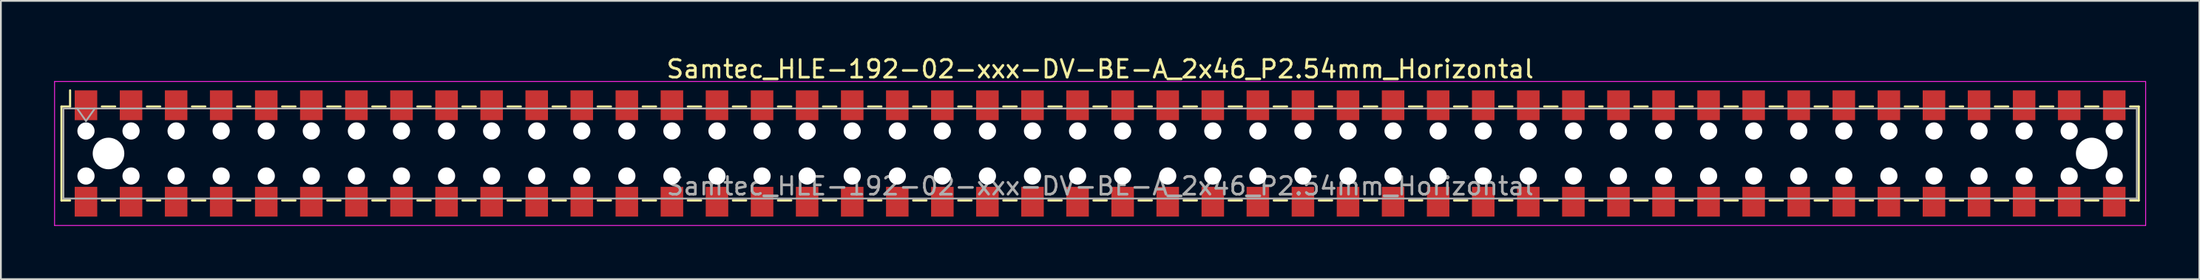
<source format=kicad_pcb>
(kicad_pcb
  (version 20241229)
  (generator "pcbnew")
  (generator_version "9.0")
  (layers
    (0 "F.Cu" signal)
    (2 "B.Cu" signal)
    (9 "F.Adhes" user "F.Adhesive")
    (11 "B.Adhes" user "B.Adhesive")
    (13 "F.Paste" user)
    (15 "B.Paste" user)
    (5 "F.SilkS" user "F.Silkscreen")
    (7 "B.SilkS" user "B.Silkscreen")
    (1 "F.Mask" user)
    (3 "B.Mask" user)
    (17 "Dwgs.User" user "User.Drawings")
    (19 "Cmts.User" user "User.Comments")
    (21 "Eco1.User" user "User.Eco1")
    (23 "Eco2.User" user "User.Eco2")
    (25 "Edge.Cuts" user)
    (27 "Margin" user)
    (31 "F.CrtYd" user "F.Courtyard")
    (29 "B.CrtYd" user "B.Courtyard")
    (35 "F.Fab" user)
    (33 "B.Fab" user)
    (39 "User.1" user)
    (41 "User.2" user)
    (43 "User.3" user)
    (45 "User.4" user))
  (footprint "Samtec_HLE-192-02-xxx-DV-BE-A_2x46_P2.54mm_Horizontal"
    (layer "F.Cu")
    (at 58.945 5.608)
    (property "Reference" "Samtec_HLE-192-02-xxx-DV-BE-A_2x46_P2.54mm_Horizontal" (at 0 -4.76 0) (layer "F.SilkS") (effects (font (size 1 1) (thickness 0.15))))
    (attr smd)
    (fp_line (start -58.53 -2.65) (end -58.53 2.65) (stroke (width 0.12) (type solid)) (layer "F.SilkS"))
    (fp_line (start -58.53 2.65) (end -58.045 2.65) (stroke (width 0.12) (type solid)) (layer "F.SilkS"))
    (fp_line (start -58.045 -3.56) (end -58.045 -2.65) (stroke (width 0.12) (type solid)) (layer "F.SilkS"))
    (fp_line (start -58.045 -2.65) (end -58.53 -2.65) (stroke (width 0.12) (type solid)) (layer "F.SilkS"))
    (fp_line (start -56.255 -2.65) (end -55.505 -2.65) (stroke (width 0.12) (type solid)) (layer "F.SilkS"))
    (fp_line (start -56.255 2.65) (end -55.505 2.65) (stroke (width 0.12) (type solid)) (layer "F.SilkS"))
    (fp_line (start -53.715 -2.65) (end -52.965 -2.65) (stroke (width 0.12) (type solid)) (layer "F.SilkS"))
    (fp_line (start -53.715 2.65) (end -52.965 2.65) (stroke (width 0.12) (type solid)) (layer "F.SilkS"))
    (fp_line (start -51.175 -2.65) (end -50.425 -2.65) (stroke (width 0.12) (type solid)) (layer "F.SilkS"))
    (fp_line (start -51.175 2.65) (end -50.425 2.65) (stroke (width 0.12) (type solid)) (layer "F.SilkS"))
    (fp_line (start -48.635 -2.65) (end -47.885 -2.65) (stroke (width 0.12) (type solid)) (layer "F.SilkS"))
    (fp_line (start -48.635 2.65) (end -47.885 2.65) (stroke (width 0.12) (type solid)) (layer "F.SilkS"))
    (fp_line (start -46.095 -2.65) (end -45.345 -2.65) (stroke (width 0.12) (type solid)) (layer "F.SilkS"))
    (fp_line (start -46.095 2.65) (end -45.345 2.65) (stroke (width 0.12) (type solid)) (layer "F.SilkS"))
    (fp_line (start -43.555 -2.65) (end -42.805 -2.65) (stroke (width 0.12) (type solid)) (layer "F.SilkS"))
    (fp_line (start -43.555 2.65) (end -42.805 2.65) (stroke (width 0.12) (type solid)) (layer "F.SilkS"))
    (fp_line (start -41.015 -2.65) (end -40.265 -2.65) (stroke (width 0.12) (type solid)) (layer "F.SilkS"))
    (fp_line (start -41.015 2.65) (end -40.265 2.65) (stroke (width 0.12) (type solid)) (layer "F.SilkS"))
    (fp_line (start -38.475 -2.65) (end -37.725 -2.65) (stroke (width 0.12) (type solid)) (layer "F.SilkS"))
    (fp_line (start -38.475 2.65) (end -37.725 2.65) (stroke (width 0.12) (type solid)) (layer "F.SilkS"))
    (fp_line (start -35.935 -2.65) (end -35.185 -2.65) (stroke (width 0.12) (type solid)) (layer "F.SilkS"))
    (fp_line (start -35.935 2.65) (end -35.185 2.65) (stroke (width 0.12) (type solid)) (layer "F.SilkS"))
    (fp_line (start -33.395 -2.65) (end -32.645 -2.65) (stroke (width 0.12) (type solid)) (layer "F.SilkS"))
    (fp_line (start -33.395 2.65) (end -32.645 2.65) (stroke (width 0.12) (type solid)) (layer "F.SilkS"))
    (fp_line (start -30.855 -2.65) (end -30.105 -2.65) (stroke (width 0.12) (type solid)) (layer "F.SilkS"))
    (fp_line (start -30.855 2.65) (end -30.105 2.65) (stroke (width 0.12) (type solid)) (layer "F.SilkS"))
    (fp_line (start -28.315 -2.65) (end -27.565 -2.65) (stroke (width 0.12) (type solid)) (layer "F.SilkS"))
    (fp_line (start -28.315 2.65) (end -27.565 2.65) (stroke (width 0.12) (type solid)) (layer "F.SilkS"))
    (fp_line (start -25.775 -2.65) (end -25.025 -2.65) (stroke (width 0.12) (type solid)) (layer "F.SilkS"))
    (fp_line (start -25.775 2.65) (end -25.025 2.65) (stroke (width 0.12) (type solid)) (layer "F.SilkS"))
    (fp_line (start -23.235 -2.65) (end -22.485 -2.65) (stroke (width 0.12) (type solid)) (layer "F.SilkS"))
    (fp_line (start -23.235 2.65) (end -22.485 2.65) (stroke (width 0.12) (type solid)) (layer "F.SilkS"))
    (fp_line (start -20.695 -2.65) (end -19.945 -2.65) (stroke (width 0.12) (type solid)) (layer "F.SilkS"))
    (fp_line (start -20.695 2.65) (end -19.945 2.65) (stroke (width 0.12) (type solid)) (layer "F.SilkS"))
    (fp_line (start -18.155 -2.65) (end -17.405 -2.65) (stroke (width 0.12) (type solid)) (layer "F.SilkS"))
    (fp_line (start -18.155 2.65) (end -17.405 2.65) (stroke (width 0.12) (type solid)) (layer "F.SilkS"))
    (fp_line (start -15.615 -2.65) (end -14.865 -2.65) (stroke (width 0.12) (type solid)) (layer "F.SilkS"))
    (fp_line (start -15.615 2.65) (end -14.865 2.65) (stroke (width 0.12) (type solid)) (layer "F.SilkS"))
    (fp_line (start -13.075 -2.65) (end -12.325 -2.65) (stroke (width 0.12) (type solid)) (layer "F.SilkS"))
    (fp_line (start -13.075 2.65) (end -12.325 2.65) (stroke (width 0.12) (type solid)) (layer "F.SilkS"))
    (fp_line (start -10.535 -2.65) (end -9.785 -2.65) (stroke (width 0.12) (type solid)) (layer "F.SilkS"))
    (fp_line (start -10.535 2.65) (end -9.785 2.65) (stroke (width 0.12) (type solid)) (layer "F.SilkS"))
    (fp_line (start -7.995 -2.65) (end -7.245 -2.65) (stroke (width 0.12) (type solid)) (layer "F.SilkS"))
    (fp_line (start -7.995 2.65) (end -7.245 2.65) (stroke (width 0.12) (type solid)) (layer "F.SilkS"))
    (fp_line (start -5.455 -2.65) (end -4.705 -2.65) (stroke (width 0.12) (type solid)) (layer "F.SilkS"))
    (fp_line (start -5.455 2.65) (end -4.705 2.65) (stroke (width 0.12) (type solid)) (layer "F.SilkS"))
    (fp_line (start -2.915 -2.65) (end -2.165 -2.65) (stroke (width 0.12) (type solid)) (layer "F.SilkS"))
    (fp_line (start -2.915 2.65) (end -2.165 2.65) (stroke (width 0.12) (type solid)) (layer "F.SilkS"))
    (fp_line (start -0.375 -2.65) (end 0.375 -2.65) (stroke (width 0.12) (type solid)) (layer "F.SilkS"))
    (fp_line (start -0.375 2.65) (end 0.375 2.65) (stroke (width 0.12) (type solid)) (layer "F.SilkS"))
    (fp_line (start 2.165 -2.65) (end 2.915 -2.65) (stroke (width 0.12) (type solid)) (layer "F.SilkS"))
    (fp_line (start 2.165 2.65) (end 2.915 2.65) (stroke (width 0.12) (type solid)) (layer "F.SilkS"))
    (fp_line (start 4.705 -2.65) (end 5.455 -2.65) (stroke (width 0.12) (type solid)) (layer "F.SilkS"))
    (fp_line (start 4.705 2.65) (end 5.455 2.65) (stroke (width 0.12) (type solid)) (layer "F.SilkS"))
    (fp_line (start 7.245 -2.65) (end 7.995 -2.65) (stroke (width 0.12) (type solid)) (layer "F.SilkS"))
    (fp_line (start 7.245 2.65) (end 7.995 2.65) (stroke (width 0.12) (type solid)) (layer "F.SilkS"))
    (fp_line (start 9.785 -2.65) (end 10.535 -2.65) (stroke (width 0.12) (type solid)) (layer "F.SilkS"))
    (fp_line (start 9.785 2.65) (end 10.535 2.65) (stroke (width 0.12) (type solid)) (layer "F.SilkS"))
    (fp_line (start 12.325 -2.65) (end 13.075 -2.65) (stroke (width 0.12) (type solid)) (layer "F.SilkS"))
    (fp_line (start 12.325 2.65) (end 13.075 2.65) (stroke (width 0.12) (type solid)) (layer "F.SilkS"))
    (fp_line (start 14.865 -2.65) (end 15.615 -2.65) (stroke (width 0.12) (type solid)) (layer "F.SilkS"))
    (fp_line (start 14.865 2.65) (end 15.615 2.65) (stroke (width 0.12) (type solid)) (layer "F.SilkS"))
    (fp_line (start 17.405 -2.65) (end 18.155 -2.65) (stroke (width 0.12) (type solid)) (layer "F.SilkS"))
    (fp_line (start 17.405 2.65) (end 18.155 2.65) (stroke (width 0.12) (type solid)) (layer "F.SilkS"))
    (fp_line (start 19.945 -2.65) (end 20.695 -2.65) (stroke (width 0.12) (type solid)) (layer "F.SilkS"))
    (fp_line (start 19.945 2.65) (end 20.695 2.65) (stroke (width 0.12) (type solid)) (layer "F.SilkS"))
    (fp_line (start 22.485 -2.65) (end 23.235 -2.65) (stroke (width 0.12) (type solid)) (layer "F.SilkS"))
    (fp_line (start 22.485 2.65) (end 23.235 2.65) (stroke (width 0.12) (type solid)) (layer "F.SilkS"))
    (fp_line (start 25.025 -2.65) (end 25.775 -2.65) (stroke (width 0.12) (type solid)) (layer "F.SilkS"))
    (fp_line (start 25.025 2.65) (end 25.775 2.65) (stroke (width 0.12) (type solid)) (layer "F.SilkS"))
    (fp_line (start 27.565 -2.65) (end 28.315 -2.65) (stroke (width 0.12) (type solid)) (layer "F.SilkS"))
    (fp_line (start 27.565 2.65) (end 28.315 2.65) (stroke (width 0.12) (type solid)) (layer "F.SilkS"))
    (fp_line (start 30.105 -2.65) (end 30.855 -2.65) (stroke (width 0.12) (type solid)) (layer "F.SilkS"))
    (fp_line (start 30.105 2.65) (end 30.855 2.65) (stroke (width 0.12) (type solid)) (layer "F.SilkS"))
    (fp_line (start 32.645 -2.65) (end 33.395 -2.65) (stroke (width 0.12) (type solid)) (layer "F.SilkS"))
    (fp_line (start 32.645 2.65) (end 33.395 2.65) (stroke (width 0.12) (type solid)) (layer "F.SilkS"))
    (fp_line (start 35.185 -2.65) (end 35.935 -2.65) (stroke (width 0.12) (type solid)) (layer "F.SilkS"))
    (fp_line (start 35.185 2.65) (end 35.935 2.65) (stroke (width 0.12) (type solid)) (layer "F.SilkS"))
    (fp_line (start 37.725 -2.65) (end 38.475 -2.65) (stroke (width 0.12) (type solid)) (layer "F.SilkS"))
    (fp_line (start 37.725 2.65) (end 38.475 2.65) (stroke (width 0.12) (type solid)) (layer "F.SilkS"))
    (fp_line (start 40.265 -2.65) (end 41.015 -2.65) (stroke (width 0.12) (type solid)) (layer "F.SilkS"))
    (fp_line (start 40.265 2.65) (end 41.015 2.65) (stroke (width 0.12) (type solid)) (layer "F.SilkS"))
    (fp_line (start 42.805 -2.65) (end 43.555 -2.65) (stroke (width 0.12) (type solid)) (layer "F.SilkS"))
    (fp_line (start 42.805 2.65) (end 43.555 2.65) (stroke (width 0.12) (type solid)) (layer "F.SilkS"))
    (fp_line (start 45.345 -2.65) (end 46.095 -2.65) (stroke (width 0.12) (type solid)) (layer "F.SilkS"))
    (fp_line (start 45.345 2.65) (end 46.095 2.65) (stroke (width 0.12) (type solid)) (layer "F.SilkS"))
    (fp_line (start 47.885 -2.65) (end 48.635 -2.65) (stroke (width 0.12) (type solid)) (layer "F.SilkS"))
    (fp_line (start 47.885 2.65) (end 48.635 2.65) (stroke (width 0.12) (type solid)) (layer "F.SilkS"))
    (fp_line (start 50.425 -2.65) (end 51.175 -2.65) (stroke (width 0.12) (type solid)) (layer "F.SilkS"))
    (fp_line (start 50.425 2.65) (end 51.175 2.65) (stroke (width 0.12) (type solid)) (layer "F.SilkS"))
    (fp_line (start 52.965 -2.65) (end 53.715 -2.65) (stroke (width 0.12) (type solid)) (layer "F.SilkS"))
    (fp_line (start 52.965 2.65) (end 53.715 2.65) (stroke (width 0.12) (type solid)) (layer "F.SilkS"))
    (fp_line (start 55.505 -2.65) (end 56.255 -2.65) (stroke (width 0.12) (type solid)) (layer "F.SilkS"))
    (fp_line (start 55.505 2.65) (end 56.255 2.65) (stroke (width 0.12) (type solid)) (layer "F.SilkS"))
    (fp_line (start 58.045 -2.65) (end 58.53 -2.65) (stroke (width 0.12) (type solid)) (layer "F.SilkS"))
    (fp_line (start 58.53 -2.65) (end 58.53 2.65) (stroke (width 0.12) (type solid)) (layer "F.SilkS"))
    (fp_line (start 58.53 2.65) (end 58.045 2.65) (stroke (width 0.12) (type solid)) (layer "F.SilkS"))
    (fp_line (start -58.92 -4.06) (end 58.92 -4.06) (stroke (width 0.05) (type solid)) (layer "F.CrtYd"))
    (fp_line (start -58.92 4.06) (end -58.92 -4.06) (stroke (width 0.05) (type solid)) (layer "F.CrtYd"))
    (fp_line (start 58.92 -4.06) (end 58.92 4.06) (stroke (width 0.05) (type solid)) (layer "F.CrtYd"))
    (fp_line (start 58.92 4.06) (end -58.92 4.06) (stroke (width 0.05) (type solid)) (layer "F.CrtYd"))
    (fp_line (start -58.42 -2.54) (end 58.42 -2.54) (stroke (width 0.1) (type solid)) (layer "F.Fab"))
    (fp_line (start -58.42 2.54) (end -58.42 -2.54) (stroke (width 0.1) (type solid)) (layer "F.Fab"))
    (fp_line (start -57.65 -2.54) (end -57.15 -1.833) (stroke (width 0.1) (type solid)) (layer "F.Fab"))
    (fp_line (start -57.15 -1.833) (end -56.65 -2.54) (stroke (width 0.1) (type solid)) (layer "F.Fab"))
    (fp_line (start 58.42 -2.54) (end 58.42 2.54) (stroke (width 0.1) (type solid)) (layer "F.Fab"))
    (fp_line (start 58.42 2.54) (end -58.42 2.54) (stroke (width 0.1) (type solid)) (layer "F.Fab"))
    (fp_text user "${REFERENCE}" (at 0 1.84 0) (layer "F.Fab") (effects (font (size 1 1) (thickness 0.15))))
    (pad "" np_thru_hole circle (at -57.15 -1.27) (size 0.97 0.97) (drill 0.97) (layers "*.Cu" "*.Mask"))
    (pad "" np_thru_hole circle (at -57.15 1.27) (size 0.97 0.97) (drill 0.97) (layers "*.Cu" "*.Mask"))
    (pad "" np_thru_hole circle (at -55.88 0) (size 1.78 1.78) (drill 1.78) (layers "*.Cu" "*.Mask"))
    (pad "" np_thru_hole circle (at -54.61 -1.27) (size 0.97 0.97) (drill 0.97) (layers "*.Cu" "*.Mask"))
    (pad "" np_thru_hole circle (at -54.61 1.27) (size 0.97 0.97) (drill 0.97) (layers "*.Cu" "*.Mask"))
    (pad "" np_thru_hole circle (at -52.07 -1.27) (size 0.97 0.97) (drill 0.97) (layers "*.Cu" "*.Mask"))
    (pad "" np_thru_hole circle (at -52.07 1.27) (size 0.97 0.97) (drill 0.97) (layers "*.Cu" "*.Mask"))
    (pad "" np_thru_hole circle (at -49.53 -1.27) (size 0.97 0.97) (drill 0.97) (layers "*.Cu" "*.Mask"))
    (pad "" np_thru_hole circle (at -49.53 1.27) (size 0.97 0.97) (drill 0.97) (layers "*.Cu" "*.Mask"))
    (pad "" np_thru_hole circle (at -46.99 -1.27) (size 0.97 0.97) (drill 0.97) (layers "*.Cu" "*.Mask"))
    (pad "" np_thru_hole circle (at -46.99 1.27) (size 0.97 0.97) (drill 0.97) (layers "*.Cu" "*.Mask"))
    (pad "" np_thru_hole circle (at -44.45 -1.27) (size 0.97 0.97) (drill 0.97) (layers "*.Cu" "*.Mask"))
    (pad "" np_thru_hole circle (at -44.45 1.27) (size 0.97 0.97) (drill 0.97) (layers "*.Cu" "*.Mask"))
    (pad "" np_thru_hole circle (at -41.91 -1.27) (size 0.97 0.97) (drill 0.97) (layers "*.Cu" "*.Mask"))
    (pad "" np_thru_hole circle (at -41.91 1.27) (size 0.97 0.97) (drill 0.97) (layers "*.Cu" "*.Mask"))
    (pad "" np_thru_hole circle (at -39.37 -1.27) (size 0.97 0.97) (drill 0.97) (layers "*.Cu" "*.Mask"))
    (pad "" np_thru_hole circle (at -39.37 1.27) (size 0.97 0.97) (drill 0.97) (layers "*.Cu" "*.Mask"))
    (pad "" np_thru_hole circle (at -36.83 -1.27) (size 0.97 0.97) (drill 0.97) (layers "*.Cu" "*.Mask"))
    (pad "" np_thru_hole circle (at -36.83 1.27) (size 0.97 0.97) (drill 0.97) (layers "*.Cu" "*.Mask"))
    (pad "" np_thru_hole circle (at -34.29 -1.27) (size 0.97 0.97) (drill 0.97) (layers "*.Cu" "*.Mask"))
    (pad "" np_thru_hole circle (at -34.29 1.27) (size 0.97 0.97) (drill 0.97) (layers "*.Cu" "*.Mask"))
    (pad "" np_thru_hole circle (at -31.75 -1.27) (size 0.97 0.97) (drill 0.97) (layers "*.Cu" "*.Mask"))
    (pad "" np_thru_hole circle (at -31.75 1.27) (size 0.97 0.97) (drill 0.97) (layers "*.Cu" "*.Mask"))
    (pad "" np_thru_hole circle (at -29.21 -1.27) (size 0.97 0.97) (drill 0.97) (layers "*.Cu" "*.Mask"))
    (pad "" np_thru_hole circle (at -29.21 1.27) (size 0.97 0.97) (drill 0.97) (layers "*.Cu" "*.Mask"))
    (pad "" np_thru_hole circle (at -26.67 -1.27) (size 0.97 0.97) (drill 0.97) (layers "*.Cu" "*.Mask"))
    (pad "" np_thru_hole circle (at -26.67 1.27) (size 0.97 0.97) (drill 0.97) (layers "*.Cu" "*.Mask"))
    (pad "" np_thru_hole circle (at -24.13 -1.27) (size 0.97 0.97) (drill 0.97) (layers "*.Cu" "*.Mask"))
    (pad "" np_thru_hole circle (at -24.13 1.27) (size 0.97 0.97) (drill 0.97) (layers "*.Cu" "*.Mask"))
    (pad "" np_thru_hole circle (at -21.59 -1.27) (size 0.97 0.97) (drill 0.97) (layers "*.Cu" "*.Mask"))
    (pad "" np_thru_hole circle (at -21.59 1.27) (size 0.97 0.97) (drill 0.97) (layers "*.Cu" "*.Mask"))
    (pad "" np_thru_hole circle (at -19.05 -1.27) (size 0.97 0.97) (drill 0.97) (layers "*.Cu" "*.Mask"))
    (pad "" np_thru_hole circle (at -19.05 1.27) (size 0.97 0.97) (drill 0.97) (layers "*.Cu" "*.Mask"))
    (pad "" np_thru_hole circle (at -16.51 -1.27) (size 0.97 0.97) (drill 0.97) (layers "*.Cu" "*.Mask"))
    (pad "" np_thru_hole circle (at -16.51 1.27) (size 0.97 0.97) (drill 0.97) (layers "*.Cu" "*.Mask"))
    (pad "" np_thru_hole circle (at -13.97 -1.27) (size 0.97 0.97) (drill 0.97) (layers "*.Cu" "*.Mask"))
    (pad "" np_thru_hole circle (at -13.97 1.27) (size 0.97 0.97) (drill 0.97) (layers "*.Cu" "*.Mask"))
    (pad "" np_thru_hole circle (at -11.43 -1.27) (size 0.97 0.97) (drill 0.97) (layers "*.Cu" "*.Mask"))
    (pad "" np_thru_hole circle (at -11.43 1.27) (size 0.97 0.97) (drill 0.97) (layers "*.Cu" "*.Mask"))
    (pad "" np_thru_hole circle (at -8.89 -1.27) (size 0.97 0.97) (drill 0.97) (layers "*.Cu" "*.Mask"))
    (pad "" np_thru_hole circle (at -8.89 1.27) (size 0.97 0.97) (drill 0.97) (layers "*.Cu" "*.Mask"))
    (pad "" np_thru_hole circle (at -6.35 -1.27) (size 0.97 0.97) (drill 0.97) (layers "*.Cu" "*.Mask"))
    (pad "" np_thru_hole circle (at -6.35 1.27) (size 0.97 0.97) (drill 0.97) (layers "*.Cu" "*.Mask"))
    (pad "" np_thru_hole circle (at -3.81 -1.27) (size 0.97 0.97) (drill 0.97) (layers "*.Cu" "*.Mask"))
    (pad "" np_thru_hole circle (at -3.81 1.27) (size 0.97 0.97) (drill 0.97) (layers "*.Cu" "*.Mask"))
    (pad "" np_thru_hole circle (at -1.27 -1.27) (size 0.97 0.97) (drill 0.97) (layers "*.Cu" "*.Mask"))
    (pad "" np_thru_hole circle (at -1.27 1.27) (size 0.97 0.97) (drill 0.97) (layers "*.Cu" "*.Mask"))
    (pad "" np_thru_hole circle (at 1.27 -1.27) (size 0.97 0.97) (drill 0.97) (layers "*.Cu" "*.Mask"))
    (pad "" np_thru_hole circle (at 1.27 1.27) (size 0.97 0.97) (drill 0.97) (layers "*.Cu" "*.Mask"))
    (pad "" np_thru_hole circle (at 3.81 -1.27) (size 0.97 0.97) (drill 0.97) (layers "*.Cu" "*.Mask"))
    (pad "" np_thru_hole circle (at 3.81 1.27) (size 0.97 0.97) (drill 0.97) (layers "*.Cu" "*.Mask"))
    (pad "" np_thru_hole circle (at 6.35 -1.27) (size 0.97 0.97) (drill 0.97) (layers "*.Cu" "*.Mask"))
    (pad "" np_thru_hole circle (at 6.35 1.27) (size 0.97 0.97) (drill 0.97) (layers "*.Cu" "*.Mask"))
    (pad "" np_thru_hole circle (at 8.89 -1.27) (size 0.97 0.97) (drill 0.97) (layers "*.Cu" "*.Mask"))
    (pad "" np_thru_hole circle (at 8.89 1.27) (size 0.97 0.97) (drill 0.97) (layers "*.Cu" "*.Mask"))
    (pad "" np_thru_hole circle (at 11.43 -1.27) (size 0.97 0.97) (drill 0.97) (layers "*.Cu" "*.Mask"))
    (pad "" np_thru_hole circle (at 11.43 1.27) (size 0.97 0.97) (drill 0.97) (layers "*.Cu" "*.Mask"))
    (pad "" np_thru_hole circle (at 13.97 -1.27) (size 0.97 0.97) (drill 0.97) (layers "*.Cu" "*.Mask"))
    (pad "" np_thru_hole circle (at 13.97 1.27) (size 0.97 0.97) (drill 0.97) (layers "*.Cu" "*.Mask"))
    (pad "" np_thru_hole circle (at 16.51 -1.27) (size 0.97 0.97) (drill 0.97) (layers "*.Cu" "*.Mask"))
    (pad "" np_thru_hole circle (at 16.51 1.27) (size 0.97 0.97) (drill 0.97) (layers "*.Cu" "*.Mask"))
    (pad "" np_thru_hole circle (at 19.05 -1.27) (size 0.97 0.97) (drill 0.97) (layers "*.Cu" "*.Mask"))
    (pad "" np_thru_hole circle (at 19.05 1.27) (size 0.97 0.97) (drill 0.97) (layers "*.Cu" "*.Mask"))
    (pad "" np_thru_hole circle (at 21.59 -1.27) (size 0.97 0.97) (drill 0.97) (layers "*.Cu" "*.Mask"))
    (pad "" np_thru_hole circle (at 21.59 1.27) (size 0.97 0.97) (drill 0.97) (layers "*.Cu" "*.Mask"))
    (pad "" np_thru_hole circle (at 24.13 -1.27) (size 0.97 0.97) (drill 0.97) (layers "*.Cu" "*.Mask"))
    (pad "" np_thru_hole circle (at 24.13 1.27) (size 0.97 0.97) (drill 0.97) (layers "*.Cu" "*.Mask"))
    (pad "" np_thru_hole circle (at 26.67 -1.27) (size 0.97 0.97) (drill 0.97) (layers "*.Cu" "*.Mask"))
    (pad "" np_thru_hole circle (at 26.67 1.27) (size 0.97 0.97) (drill 0.97) (layers "*.Cu" "*.Mask"))
    (pad "" np_thru_hole circle (at 29.21 -1.27) (size 0.97 0.97) (drill 0.97) (layers "*.Cu" "*.Mask"))
    (pad "" np_thru_hole circle (at 29.21 1.27) (size 0.97 0.97) (drill 0.97) (layers "*.Cu" "*.Mask"))
    (pad "" np_thru_hole circle (at 31.75 -1.27) (size 0.97 0.97) (drill 0.97) (layers "*.Cu" "*.Mask"))
    (pad "" np_thru_hole circle (at 31.75 1.27) (size 0.97 0.97) (drill 0.97) (layers "*.Cu" "*.Mask"))
    (pad "" np_thru_hole circle (at 34.29 -1.27) (size 0.97 0.97) (drill 0.97) (layers "*.Cu" "*.Mask"))
    (pad "" np_thru_hole circle (at 34.29 1.27) (size 0.97 0.97) (drill 0.97) (layers "*.Cu" "*.Mask"))
    (pad "" np_thru_hole circle (at 36.83 -1.27) (size 0.97 0.97) (drill 0.97) (layers "*.Cu" "*.Mask"))
    (pad "" np_thru_hole circle (at 36.83 1.27) (size 0.97 0.97) (drill 0.97) (layers "*.Cu" "*.Mask"))
    (pad "" np_thru_hole circle (at 39.37 -1.27) (size 0.97 0.97) (drill 0.97) (layers "*.Cu" "*.Mask"))
    (pad "" np_thru_hole circle (at 39.37 1.27) (size 0.97 0.97) (drill 0.97) (layers "*.Cu" "*.Mask"))
    (pad "" np_thru_hole circle (at 41.91 -1.27) (size 0.97 0.97) (drill 0.97) (layers "*.Cu" "*.Mask"))
    (pad "" np_thru_hole circle (at 41.91 1.27) (size 0.97 0.97) (drill 0.97) (layers "*.Cu" "*.Mask"))
    (pad "" np_thru_hole circle (at 44.45 -1.27) (size 0.97 0.97) (drill 0.97) (layers "*.Cu" "*.Mask"))
    (pad "" np_thru_hole circle (at 44.45 1.27) (size 0.97 0.97) (drill 0.97) (layers "*.Cu" "*.Mask"))
    (pad "" np_thru_hole circle (at 46.99 -1.27) (size 0.97 0.97) (drill 0.97) (layers "*.Cu" "*.Mask"))
    (pad "" np_thru_hole circle (at 46.99 1.27) (size 0.97 0.97) (drill 0.97) (layers "*.Cu" "*.Mask"))
    (pad "" np_thru_hole circle (at 49.53 -1.27) (size 0.97 0.97) (drill 0.97) (layers "*.Cu" "*.Mask"))
    (pad "" np_thru_hole circle (at 49.53 1.27) (size 0.97 0.97) (drill 0.97) (layers "*.Cu" "*.Mask"))
    (pad "" np_thru_hole circle (at 52.07 -1.27) (size 0.97 0.97) (drill 0.97) (layers "*.Cu" "*.Mask"))
    (pad "" np_thru_hole circle (at 52.07 1.27) (size 0.97 0.97) (drill 0.97) (layers "*.Cu" "*.Mask"))
    (pad "" np_thru_hole circle (at 54.61 -1.27) (size 0.97 0.97) (drill 0.97) (layers "*.Cu" "*.Mask"))
    (pad "" np_thru_hole circle (at 54.61 1.27) (size 0.97 0.97) (drill 0.97) (layers "*.Cu" "*.Mask"))
    (pad "" np_thru_hole circle (at 55.88 0) (size 1.78 1.78) (drill 1.78) (layers "*.Cu" "*.Mask"))
    (pad "" np_thru_hole circle (at 57.15 -1.27) (size 0.97 0.97) (drill 0.97) (layers "*.Cu" "*.Mask"))
    (pad "" np_thru_hole circle (at 57.15 1.27) (size 0.97 0.97) (drill 0.97) (layers "*.Cu" "*.Mask"))
    (pad "1" smd rect (at -57.15 -2.72) (size 1.27 1.68) (layers "F.Cu" "F.Mask" "F.Paste"))
    (pad "2" smd rect (at -57.15 2.72) (size 1.27 1.68) (layers "F.Cu" "F.Mask" "F.Paste"))
    (pad "3" smd rect (at -54.61 -2.72) (size 1.27 1.68) (layers "F.Cu" "F.Mask" "F.Paste"))
    (pad "4" smd rect (at -54.61 2.72) (size 1.27 1.68) (layers "F.Cu" "F.Mask" "F.Paste"))
    (pad "5" smd rect (at -52.07 -2.72) (size 1.27 1.68) (layers "F.Cu" "F.Mask" "F.Paste"))
    (pad "6" smd rect (at -52.07 2.72) (size 1.27 1.68) (layers "F.Cu" "F.Mask" "F.Paste"))
    (pad "7" smd rect (at -49.53 -2.72) (size 1.27 1.68) (layers "F.Cu" "F.Mask" "F.Paste"))
    (pad "8" smd rect (at -49.53 2.72) (size 1.27 1.68) (layers "F.Cu" "F.Mask" "F.Paste"))
    (pad "9" smd rect (at -46.99 -2.72) (size 1.27 1.68) (layers "F.Cu" "F.Mask" "F.Paste"))
    (pad "10" smd rect (at -46.99 2.72) (size 1.27 1.68) (layers "F.Cu" "F.Mask" "F.Paste"))
    (pad "11" smd rect (at -44.45 -2.72) (size 1.27 1.68) (layers "F.Cu" "F.Mask" "F.Paste"))
    (pad "12" smd rect (at -44.45 2.72) (size 1.27 1.68) (layers "F.Cu" "F.Mask" "F.Paste"))
    (pad "13" smd rect (at -41.91 -2.72) (size 1.27 1.68) (layers "F.Cu" "F.Mask" "F.Paste"))
    (pad "14" smd rect (at -41.91 2.72) (size 1.27 1.68) (layers "F.Cu" "F.Mask" "F.Paste"))
    (pad "15" smd rect (at -39.37 -2.72) (size 1.27 1.68) (layers "F.Cu" "F.Mask" "F.Paste"))
    (pad "16" smd rect (at -39.37 2.72) (size 1.27 1.68) (layers "F.Cu" "F.Mask" "F.Paste"))
    (pad "17" smd rect (at -36.83 -2.72) (size 1.27 1.68) (layers "F.Cu" "F.Mask" "F.Paste"))
    (pad "18" smd rect (at -36.83 2.72) (size 1.27 1.68) (layers "F.Cu" "F.Mask" "F.Paste"))
    (pad "19" smd rect (at -34.29 -2.72) (size 1.27 1.68) (layers "F.Cu" "F.Mask" "F.Paste"))
    (pad "20" smd rect (at -34.29 2.72) (size 1.27 1.68) (layers "F.Cu" "F.Mask" "F.Paste"))
    (pad "21" smd rect (at -31.75 -2.72) (size 1.27 1.68) (layers "F.Cu" "F.Mask" "F.Paste"))
    (pad "22" smd rect (at -31.75 2.72) (size 1.27 1.68) (layers "F.Cu" "F.Mask" "F.Paste"))
    (pad "23" smd rect (at -29.21 -2.72) (size 1.27 1.68) (layers "F.Cu" "F.Mask" "F.Paste"))
    (pad "24" smd rect (at -29.21 2.72) (size 1.27 1.68) (layers "F.Cu" "F.Mask" "F.Paste"))
    (pad "25" smd rect (at -26.67 -2.72) (size 1.27 1.68) (layers "F.Cu" "F.Mask" "F.Paste"))
    (pad "26" smd rect (at -26.67 2.72) (size 1.27 1.68) (layers "F.Cu" "F.Mask" "F.Paste"))
    (pad "27" smd rect (at -24.13 -2.72) (size 1.27 1.68) (layers "F.Cu" "F.Mask" "F.Paste"))
    (pad "28" smd rect (at -24.13 2.72) (size 1.27 1.68) (layers "F.Cu" "F.Mask" "F.Paste"))
    (pad "29" smd rect (at -21.59 -2.72) (size 1.27 1.68) (layers "F.Cu" "F.Mask" "F.Paste"))
    (pad "30" smd rect (at -21.59 2.72) (size 1.27 1.68) (layers "F.Cu" "F.Mask" "F.Paste"))
    (pad "31" smd rect (at -19.05 -2.72) (size 1.27 1.68) (layers "F.Cu" "F.Mask" "F.Paste"))
    (pad "32" smd rect (at -19.05 2.72) (size 1.27 1.68) (layers "F.Cu" "F.Mask" "F.Paste"))
    (pad "33" smd rect (at -16.51 -2.72) (size 1.27 1.68) (layers "F.Cu" "F.Mask" "F.Paste"))
    (pad "34" smd rect (at -16.51 2.72) (size 1.27 1.68) (layers "F.Cu" "F.Mask" "F.Paste"))
    (pad "35" smd rect (at -13.97 -2.72) (size 1.27 1.68) (layers "F.Cu" "F.Mask" "F.Paste"))
    (pad "36" smd rect (at -13.97 2.72) (size 1.27 1.68) (layers "F.Cu" "F.Mask" "F.Paste"))
    (pad "37" smd rect (at -11.43 -2.72) (size 1.27 1.68) (layers "F.Cu" "F.Mask" "F.Paste"))
    (pad "38" smd rect (at -11.43 2.72) (size 1.27 1.68) (layers "F.Cu" "F.Mask" "F.Paste"))
    (pad "39" smd rect (at -8.89 -2.72) (size 1.27 1.68) (layers "F.Cu" "F.Mask" "F.Paste"))
    (pad "40" smd rect (at -8.89 2.72) (size 1.27 1.68) (layers "F.Cu" "F.Mask" "F.Paste"))
    (pad "41" smd rect (at -6.35 -2.72) (size 1.27 1.68) (layers "F.Cu" "F.Mask" "F.Paste"))
    (pad "42" smd rect (at -6.35 2.72) (size 1.27 1.68) (layers "F.Cu" "F.Mask" "F.Paste"))
    (pad "43" smd rect (at -3.81 -2.72) (size 1.27 1.68) (layers "F.Cu" "F.Mask" "F.Paste"))
    (pad "44" smd rect (at -3.81 2.72) (size 1.27 1.68) (layers "F.Cu" "F.Mask" "F.Paste"))
    (pad "45" smd rect (at -1.27 -2.72) (size 1.27 1.68) (layers "F.Cu" "F.Mask" "F.Paste"))
    (pad "46" smd rect (at -1.27 2.72) (size 1.27 1.68) (layers "F.Cu" "F.Mask" "F.Paste"))
    (pad "47" smd rect (at 1.27 -2.72) (size 1.27 1.68) (layers "F.Cu" "F.Mask" "F.Paste"))
    (pad "48" smd rect (at 1.27 2.72) (size 1.27 1.68) (layers "F.Cu" "F.Mask" "F.Paste"))
    (pad "49" smd rect (at 3.81 -2.72) (size 1.27 1.68) (layers "F.Cu" "F.Mask" "F.Paste"))
    (pad "50" smd rect (at 3.81 2.72) (size 1.27 1.68) (layers "F.Cu" "F.Mask" "F.Paste"))
    (pad "51" smd rect (at 6.35 -2.72) (size 1.27 1.68) (layers "F.Cu" "F.Mask" "F.Paste"))
    (pad "52" smd rect (at 6.35 2.72) (size 1.27 1.68) (layers "F.Cu" "F.Mask" "F.Paste"))
    (pad "53" smd rect (at 8.89 -2.72) (size 1.27 1.68) (layers "F.Cu" "F.Mask" "F.Paste"))
    (pad "54" smd rect (at 8.89 2.72) (size 1.27 1.68) (layers "F.Cu" "F.Mask" "F.Paste"))
    (pad "55" smd rect (at 11.43 -2.72) (size 1.27 1.68) (layers "F.Cu" "F.Mask" "F.Paste"))
    (pad "56" smd rect (at 11.43 2.72) (size 1.27 1.68) (layers "F.Cu" "F.Mask" "F.Paste"))
    (pad "57" smd rect (at 13.97 -2.72) (size 1.27 1.68) (layers "F.Cu" "F.Mask" "F.Paste"))
    (pad "58" smd rect (at 13.97 2.72) (size 1.27 1.68) (layers "F.Cu" "F.Mask" "F.Paste"))
    (pad "59" smd rect (at 16.51 -2.72) (size 1.27 1.68) (layers "F.Cu" "F.Mask" "F.Paste"))
    (pad "60" smd rect (at 16.51 2.72) (size 1.27 1.68) (layers "F.Cu" "F.Mask" "F.Paste"))
    (pad "61" smd rect (at 19.05 -2.72) (size 1.27 1.68) (layers "F.Cu" "F.Mask" "F.Paste"))
    (pad "62" smd rect (at 19.05 2.72) (size 1.27 1.68) (layers "F.Cu" "F.Mask" "F.Paste"))
    (pad "63" smd rect (at 21.59 -2.72) (size 1.27 1.68) (layers "F.Cu" "F.Mask" "F.Paste"))
    (pad "64" smd rect (at 21.59 2.72) (size 1.27 1.68) (layers "F.Cu" "F.Mask" "F.Paste"))
    (pad "65" smd rect (at 24.13 -2.72) (size 1.27 1.68) (layers "F.Cu" "F.Mask" "F.Paste"))
    (pad "66" smd rect (at 24.13 2.72) (size 1.27 1.68) (layers "F.Cu" "F.Mask" "F.Paste"))
    (pad "67" smd rect (at 26.67 -2.72) (size 1.27 1.68) (layers "F.Cu" "F.Mask" "F.Paste"))
    (pad "68" smd rect (at 26.67 2.72) (size 1.27 1.68) (layers "F.Cu" "F.Mask" "F.Paste"))
    (pad "69" smd rect (at 29.21 -2.72) (size 1.27 1.68) (layers "F.Cu" "F.Mask" "F.Paste"))
    (pad "70" smd rect (at 29.21 2.72) (size 1.27 1.68) (layers "F.Cu" "F.Mask" "F.Paste"))
    (pad "71" smd rect (at 31.75 -2.72) (size 1.27 1.68) (layers "F.Cu" "F.Mask" "F.Paste"))
    (pad "72" smd rect (at 31.75 2.72) (size 1.27 1.68) (layers "F.Cu" "F.Mask" "F.Paste"))
    (pad "73" smd rect (at 34.29 -2.72) (size 1.27 1.68) (layers "F.Cu" "F.Mask" "F.Paste"))
    (pad "74" smd rect (at 34.29 2.72) (size 1.27 1.68) (layers "F.Cu" "F.Mask" "F.Paste"))
    (pad "75" smd rect (at 36.83 -2.72) (size 1.27 1.68) (layers "F.Cu" "F.Mask" "F.Paste"))
    (pad "76" smd rect (at 36.83 2.72) (size 1.27 1.68) (layers "F.Cu" "F.Mask" "F.Paste"))
    (pad "77" smd rect (at 39.37 -2.72) (size 1.27 1.68) (layers "F.Cu" "F.Mask" "F.Paste"))
    (pad "78" smd rect (at 39.37 2.72) (size 1.27 1.68) (layers "F.Cu" "F.Mask" "F.Paste"))
    (pad "79" smd rect (at 41.91 -2.72) (size 1.27 1.68) (layers "F.Cu" "F.Mask" "F.Paste"))
    (pad "80" smd rect (at 41.91 2.72) (size 1.27 1.68) (layers "F.Cu" "F.Mask" "F.Paste"))
    (pad "81" smd rect (at 44.45 -2.72) (size 1.27 1.68) (layers "F.Cu" "F.Mask" "F.Paste"))
    (pad "82" smd rect (at 44.45 2.72) (size 1.27 1.68) (layers "F.Cu" "F.Mask" "F.Paste"))
    (pad "83" smd rect (at 46.99 -2.72) (size 1.27 1.68) (layers "F.Cu" "F.Mask" "F.Paste"))
    (pad "84" smd rect (at 46.99 2.72) (size 1.27 1.68) (layers "F.Cu" "F.Mask" "F.Paste"))
    (pad "85" smd rect (at 49.53 -2.72) (size 1.27 1.68) (layers "F.Cu" "F.Mask" "F.Paste"))
    (pad "86" smd rect (at 49.53 2.72) (size 1.27 1.68) (layers "F.Cu" "F.Mask" "F.Paste"))
    (pad "87" smd rect (at 52.07 -2.72) (size 1.27 1.68) (layers "F.Cu" "F.Mask" "F.Paste"))
    (pad "88" smd rect (at 52.07 2.72) (size 1.27 1.68) (layers "F.Cu" "F.Mask" "F.Paste"))
    (pad "89" smd rect (at 54.61 -2.72) (size 1.27 1.68) (layers "F.Cu" "F.Mask" "F.Paste"))
    (pad "90" smd rect (at 54.61 2.72) (size 1.27 1.68) (layers "F.Cu" "F.Mask" "F.Paste"))
    (pad "91" smd rect (at 57.15 -2.72) (size 1.27 1.68) (layers "F.Cu" "F.Mask" "F.Paste"))
    (pad "92" smd rect (at 57.15 2.72) (size 1.27 1.68) (layers "F.Cu" "F.Mask" "F.Paste")))
  (gr_rect
    (start -3 -3)
    (end 120.89 12.693)
    (stroke (width 0.1) (type default))
    (fill no)
    (layer "Edge.Cuts")))
</source>
